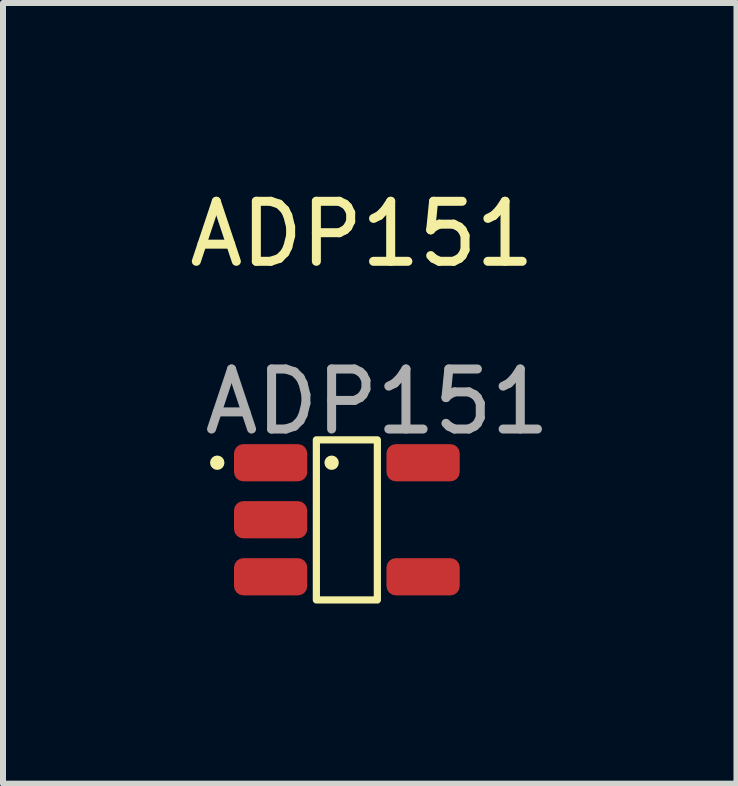
<source format=kicad_pcb>
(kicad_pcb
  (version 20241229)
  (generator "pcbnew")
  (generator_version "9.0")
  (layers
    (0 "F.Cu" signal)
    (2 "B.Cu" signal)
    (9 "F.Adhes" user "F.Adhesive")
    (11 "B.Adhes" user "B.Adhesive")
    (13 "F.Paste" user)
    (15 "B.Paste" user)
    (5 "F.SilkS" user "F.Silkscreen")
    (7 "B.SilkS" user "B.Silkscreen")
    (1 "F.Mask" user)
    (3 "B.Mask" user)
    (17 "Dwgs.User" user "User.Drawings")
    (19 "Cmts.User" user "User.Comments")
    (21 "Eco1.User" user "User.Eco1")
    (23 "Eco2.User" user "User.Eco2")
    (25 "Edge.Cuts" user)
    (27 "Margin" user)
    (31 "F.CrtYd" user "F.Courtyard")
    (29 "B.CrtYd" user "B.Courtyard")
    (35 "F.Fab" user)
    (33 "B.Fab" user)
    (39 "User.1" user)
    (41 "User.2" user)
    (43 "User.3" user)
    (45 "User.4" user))
  (footprint "ADP151"
    (layer "F.Cu")
    (at 1.458 4.658)
    (property "Reference" "ADP151" (at 1.524 -3.81 0) (unlocked yes) (layer "F.SilkS") (effects (font (size 1 1) (thickness 0.15))))
    (attr smd)
    (fp_rect (start 0.762 -0.381) (end 1.778 2.286) (stroke (width 0.12) (type solid)) (fill no) (layer "F.SilkS"))
    (fp_circle (center -0.889 0) (end -0.889 0) (stroke (width 0.12) (type solid)) (fill no) (layer "F.SilkS"))
    (fp_circle (center 1.016 0) (end 1.016 0) (stroke (width 0.12) (type solid)) (fill no) (layer "F.SilkS"))
    (fp_text user "${REFERENCE}" (at 1.778 -1.016 0) (unlocked yes) (layer "F.Fab") (effects (font (size 1 1) (thickness 0.15))))
    (pad "1" smd roundrect (at 0 0) (size 1.22 0.62) (layers "F.Cu" "F.Mask" "F.Paste") (roundrect_rratio 0.25))
    (pad "2" smd roundrect (at 0 0.95) (size 1.22 0.62) (layers "F.Cu" "F.Mask" "F.Paste") (roundrect_rratio 0.25))
    (pad "3" smd roundrect (at 0 1.9) (size 1.22 0.62) (layers "F.Cu" "F.Mask" "F.Paste") (roundrect_rratio 0.25))
    (pad "4" smd roundrect (at 2.54 1.9) (size 1.22 0.62) (layers "F.Cu" "F.Mask" "F.Paste") (roundrect_rratio 0.25))
    (pad "5" smd roundrect (at 2.54 0) (size 1.22 0.62) (layers "F.Cu" "F.Mask" "F.Paste") (roundrect_rratio 0.25)))
  (gr_rect
    (start -3 -3)
    (end 9.218 10.004)
    (stroke (width 0.1) (type default))
    (fill no)
    (layer "Edge.Cuts")))
</source>
